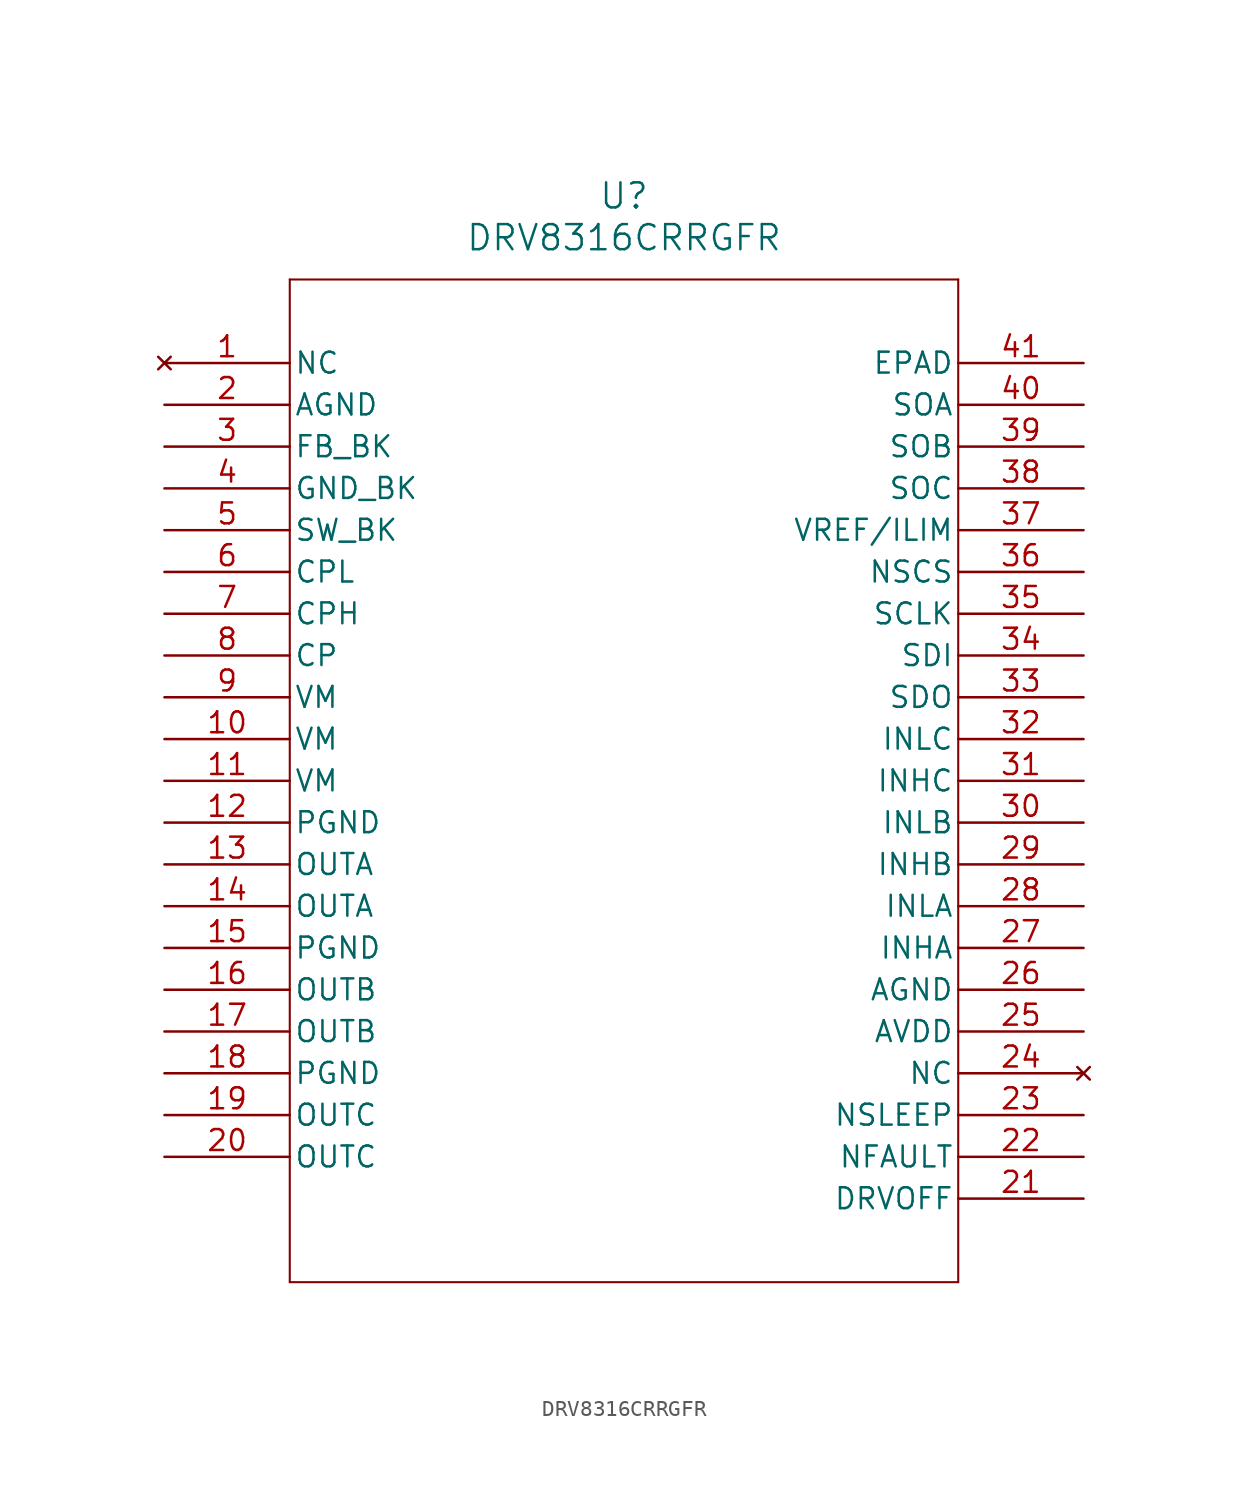
<source format=kicad_sym>
(kicad_symbol_lib
  (version 20211014)
  (generator kicad_symbol_editor)
  (symbol "DRV8316CRRGFR"
    (pin_names
      (offset 0.254))
    (property "Reference" "U"
      (at 27.94 10.16 0)
      (effects (font (size 1.524 1.524))))
    (property "Value" "DRV8316CRRGFR"
      (at 27.94 7.62 0)
      (effects (font (size 1.524 1.524))))
    (symbol "DRV8316CRRGFR_0_1"
      (polyline (pts (xy 7.62 5.08) (xy 7.62 -55.88)) (stroke (width 0.127) (type default) (color 0 0 0 0)) (fill (type none)))
      (polyline (pts (xy 7.62 -55.88) (xy 48.26 -55.88)) (stroke (width 0.127) (type default) (color 0 0 0 0)) (fill (type none)))
      (polyline (pts (xy 48.26 -55.88) (xy 48.26 5.08)) (stroke (width 0.127) (type default) (color 0 0 0 0)) (fill (type none)))
      (polyline (pts (xy 48.26 5.08) (xy 7.62 5.08)) (stroke (width 0.127) (type default) (color 0 0 0 0)) (fill (type none)))
      (pin no_connect line (at 0 0 0) (length 7.62) (name "NC" (effects (font (size 1.27 1.27)))) (number "1" (effects (font (size 1.27 1.27)))))
      (pin power_out line (at 0 -2.54 0) (length 7.62) (name "AGND" (effects (font (size 1.27 1.27)))) (number "2" (effects (font (size 1.27 1.27)))))
      (pin power_in line (at 0 -5.08 0) (length 7.62) (name "FB_BK" (effects (font (size 1.27 1.27)))) (number "3" (effects (font (size 1.27 1.27)))))
      (pin power_out line (at 0 -7.62 0) (length 7.62) (name "GND_BK" (effects (font (size 1.27 1.27)))) (number "4" (effects (font (size 1.27 1.27)))))
      (pin power_in line (at 0 -10.16 0) (length 7.62) (name "SW_BK" (effects (font (size 1.27 1.27)))) (number "5" (effects (font (size 1.27 1.27)))))
      (pin power_in line (at 0 -12.7 0) (length 7.62) (name "CPL" (effects (font (size 1.27 1.27)))) (number "6" (effects (font (size 1.27 1.27)))))
      (pin power_in line (at 0 -15.24 0) (length 7.62) (name "CPH" (effects (font (size 1.27 1.27)))) (number "7" (effects (font (size 1.27 1.27)))))
      (pin power_in line (at 0 -17.78 0) (length 7.62) (name "CP" (effects (font (size 1.27 1.27)))) (number "8" (effects (font (size 1.27 1.27)))))
      (pin power_in line (at 0 -20.32 0) (length 7.62) (name "VM" (effects (font (size 1.27 1.27)))) (number "9" (effects (font (size 1.27 1.27)))))
      (pin power_in line (at 0 -22.86 0) (length 7.62) (name "VM" (effects (font (size 1.27 1.27)))) (number "10" (effects (font (size 1.27 1.27)))))
      (pin power_in line (at 0 -25.4 0) (length 7.62) (name "VM" (effects (font (size 1.27 1.27)))) (number "11" (effects (font (size 1.27 1.27)))))
      (pin power_out line (at 0 -27.94 0) (length 7.62) (name "PGND" (effects (font (size 1.27 1.27)))) (number "12" (effects (font (size 1.27 1.27)))))
      (pin power_in line (at 0 -30.48 0) (length 7.62) (name "OUTA" (effects (font (size 1.27 1.27)))) (number "13" (effects (font (size 1.27 1.27)))))
      (pin power_in line (at 0 -33.02 0) (length 7.62) (name "OUTA" (effects (font (size 1.27 1.27)))) (number "14" (effects (font (size 1.27 1.27)))))
      (pin power_out line (at 0 -35.56 0) (length 7.62) (name "PGND" (effects (font (size 1.27 1.27)))) (number "15" (effects (font (size 1.27 1.27)))))
      (pin power_in line (at 0 -38.1 0) (length 7.62) (name "OUTB" (effects (font (size 1.27 1.27)))) (number "16" (effects (font (size 1.27 1.27)))))
      (pin power_in line (at 0 -40.64 0) (length 7.62) (name "OUTB" (effects (font (size 1.27 1.27)))) (number "17" (effects (font (size 1.27 1.27)))))
      (pin power_out line (at 0 -43.18 0) (length 7.62) (name "PGND" (effects (font (size 1.27 1.27)))) (number "18" (effects (font (size 1.27 1.27)))))
      (pin power_in line (at 0 -45.72 0) (length 7.62) (name "OUTC" (effects (font (size 1.27 1.27)))) (number "19" (effects (font (size 1.27 1.27)))))
      (pin power_in line (at 0 -48.26 0) (length 7.62) (name "OUTC" (effects (font (size 1.27 1.27)))) (number "20" (effects (font (size 1.27 1.27)))))
      (pin input line (at 55.88 -50.8 180) (length 7.62) (name "DRVOFF" (effects (font (size 1.27 1.27)))) (number "21" (effects (font (size 1.27 1.27)))))
      (pin output line (at 55.88 -48.26 180) (length 7.62) (name "NFAULT" (effects (font (size 1.27 1.27)))) (number "22" (effects (font (size 1.27 1.27)))))
      (pin input line (at 55.88 -45.72 180) (length 7.62) (name "NSLEEP" (effects (font (size 1.27 1.27)))) (number "23" (effects (font (size 1.27 1.27)))))
      (pin no_connect line (at 55.88 -43.18 180) (length 7.62) (name "NC" (effects (font (size 1.27 1.27)))) (number "24" (effects (font (size 1.27 1.27)))))
      (pin power_in line (at 55.88 -40.64 180) (length 7.62) (name "AVDD" (effects (font (size 1.27 1.27)))) (number "25" (effects (font (size 1.27 1.27)))))
      (pin power_out line (at 55.88 -38.1 180) (length 7.62) (name "AGND" (effects (font (size 1.27 1.27)))) (number "26" (effects (font (size 1.27 1.27)))))
      (pin input line (at 55.88 -35.56 180) (length 7.62) (name "INHA" (effects (font (size 1.27 1.27)))) (number "27" (effects (font (size 1.27 1.27)))))
      (pin input line (at 55.88 -33.02 180) (length 7.62) (name "INLA" (effects (font (size 1.27 1.27)))) (number "28" (effects (font (size 1.27 1.27)))))
      (pin input line (at 55.88 -30.48 180) (length 7.62) (name "INHB" (effects (font (size 1.27 1.27)))) (number "29" (effects (font (size 1.27 1.27)))))
      (pin input line (at 55.88 -27.94 180) (length 7.62) (name "INLB" (effects (font (size 1.27 1.27)))) (number "30" (effects (font (size 1.27 1.27)))))
      (pin input line (at 55.88 -25.4 180) (length 7.62) (name "INHC" (effects (font (size 1.27 1.27)))) (number "31" (effects (font (size 1.27 1.27)))))
      (pin input line (at 55.88 -22.86 180) (length 7.62) (name "INLC" (effects (font (size 1.27 1.27)))) (number "32" (effects (font (size 1.27 1.27)))))
      (pin output line (at 55.88 -20.32 180) (length 7.62) (name "SDO" (effects (font (size 1.27 1.27)))) (number "33" (effects (font (size 1.27 1.27)))))
      (pin input line (at 55.88 -17.78 180) (length 7.62) (name "SDI" (effects (font (size 1.27 1.27)))) (number "34" (effects (font (size 1.27 1.27)))))
      (pin input line (at 55.88 -15.24 180) (length 7.62) (name "SCLK" (effects (font (size 1.27 1.27)))) (number "35" (effects (font (size 1.27 1.27)))))
      (pin input line (at 55.88 -12.7 180) (length 7.62) (name "NSCS" (effects (font (size 1.27 1.27)))) (number "36" (effects (font (size 1.27 1.27)))))
      (pin power_in line (at 55.88 -10.16 180) (length 7.62) (name "VREF/ILIM" (effects (font (size 1.27 1.27)))) (number "37" (effects (font (size 1.27 1.27)))))
      (pin output line (at 55.88 -7.62 180) (length 7.62) (name "SOC" (effects (font (size 1.27 1.27)))) (number "38" (effects (font (size 1.27 1.27)))))
      (pin output line (at 55.88 -5.08 180) (length 7.62) (name "SOB" (effects (font (size 1.27 1.27)))) (number "39" (effects (font (size 1.27 1.27)))))
      (pin output line (at 55.88 -2.54 180) (length 7.62) (name "SOA" (effects (font (size 1.27 1.27)))) (number "40" (effects (font (size 1.27 1.27)))))
      (pin power_out line (at 55.88 0 180) (length 7.62) (name "EPAD" (effects (font (size 1.27 1.27)))) (number "41" (effects (font (size 1.27 1.27))))))))
</source>
